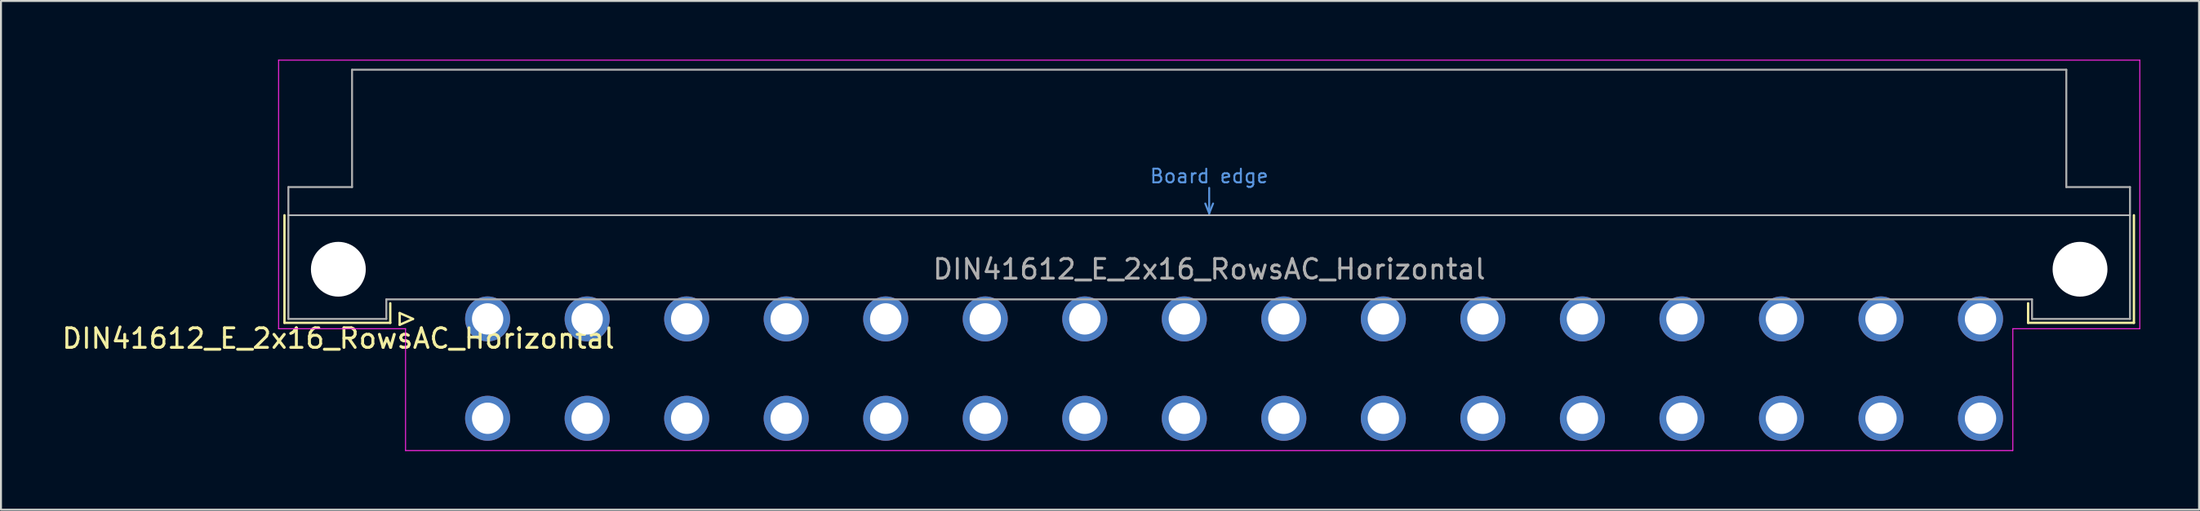
<source format=kicad_pcb>
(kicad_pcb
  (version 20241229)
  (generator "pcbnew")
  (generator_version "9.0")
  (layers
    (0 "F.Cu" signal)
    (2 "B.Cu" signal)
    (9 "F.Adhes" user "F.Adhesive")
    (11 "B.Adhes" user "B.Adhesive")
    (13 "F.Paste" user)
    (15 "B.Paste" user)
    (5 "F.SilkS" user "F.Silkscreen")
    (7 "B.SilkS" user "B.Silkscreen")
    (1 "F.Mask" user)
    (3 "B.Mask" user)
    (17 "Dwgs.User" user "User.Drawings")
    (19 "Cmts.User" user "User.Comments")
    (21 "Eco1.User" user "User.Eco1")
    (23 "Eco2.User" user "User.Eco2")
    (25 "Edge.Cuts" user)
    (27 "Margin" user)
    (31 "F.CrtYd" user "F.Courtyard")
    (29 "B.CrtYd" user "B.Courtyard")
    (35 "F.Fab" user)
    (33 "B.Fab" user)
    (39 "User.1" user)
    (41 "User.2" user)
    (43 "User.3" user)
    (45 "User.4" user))
  (footprint "DIN41612_E_2x16_RowsAC_Horizontal"
    (layer "F.Cu")
    (at 19.3 13.255)
    (property "Reference" "DIN41612_E_2x16_RowsAC_Horizontal" (at -5.08 1 0) (layer "F.SilkS") (effects (font (size 1 1) (thickness 0.15))))
    (attr through_hole)
    (fp_line (start -7.83 -5.3) (end -7.83 0.2) (stroke (width 0.12) (type solid)) (layer "F.SilkS"))
    (fp_line (start -7.83 0.2) (end -2.43 0.2) (stroke (width 0.12) (type solid)) (layer "F.SilkS"))
    (fp_line (start -2.43 0.2) (end -2.43 -0.8) (stroke (width 0.12) (type solid)) (layer "F.SilkS"))
    (fp_line (start -1.95 -0.3) (end -1.95 0.3) (stroke (width 0.12) (type solid)) (layer "F.SilkS"))
    (fp_line (start -1.95 0.3) (end -1.27 0) (stroke (width 0.12) (type solid)) (layer "F.SilkS"))
    (fp_line (start -1.27 0) (end -1.95 -0.3) (stroke (width 0.12) (type solid)) (layer "F.SilkS"))
    (fp_line (start 81.17 0.2) (end 81.17 -0.8) (stroke (width 0.12) (type solid)) (layer "F.SilkS"))
    (fp_line (start 86.57 -5.3) (end 86.57 0.2) (stroke (width 0.12) (type solid)) (layer "F.SilkS"))
    (fp_line (start 86.57 0.2) (end 81.17 0.2) (stroke (width 0.12) (type solid)) (layer "F.SilkS"))
    (fp_line (start -7.63 -5.3) (end 86.37 -5.3) (stroke (width 0.08) (type solid)) (layer "Dwgs.User"))
    (fp_line (start 39.17 -5.9) (end 39.37 -5.4) (stroke (width 0.1) (type solid)) (layer "Cmts.User"))
    (fp_line (start 39.37 -5.4) (end 39.37 -6.7) (stroke (width 0.1) (type solid)) (layer "Cmts.User"))
    (fp_line (start 39.37 -5.4) (end 39.57 -5.9) (stroke (width 0.1) (type solid)) (layer "Cmts.User"))
    (fp_line (start -8.13 -13.23) (end -8.13 0.5) (stroke (width 0.05) (type solid)) (layer "F.CrtYd"))
    (fp_line (start -8.13 0.5) (end -1.65 0.5) (stroke (width 0.05) (type solid)) (layer "F.CrtYd"))
    (fp_line (start -1.65 0.5) (end -1.65 6.73) (stroke (width 0.05) (type solid)) (layer "F.CrtYd"))
    (fp_line (start -1.65 6.73) (end 80.39 6.73) (stroke (width 0.05) (type solid)) (layer "F.CrtYd"))
    (fp_line (start 80.39 0.5) (end 86.87 0.5) (stroke (width 0.05) (type solid)) (layer "F.CrtYd"))
    (fp_line (start 80.39 6.73) (end 80.39 0.5) (stroke (width 0.05) (type solid)) (layer "F.CrtYd"))
    (fp_line (start 86.87 -13.23) (end -8.13 -13.23) (stroke (width 0.05) (type solid)) (layer "F.CrtYd"))
    (fp_line (start 86.87 0.5) (end 86.87 -13.23) (stroke (width 0.05) (type solid)) (layer "F.CrtYd"))
    (fp_line (start -7.63 -6.74) (end -7.63 0) (stroke (width 0.1) (type solid)) (layer "F.Fab"))
    (fp_line (start -7.63 0) (end -2.63 0) (stroke (width 0.1) (type solid)) (layer "F.Fab"))
    (fp_line (start -4.38 -12.74) (end -4.38 -6.74) (stroke (width 0.1) (type solid)) (layer "F.Fab"))
    (fp_line (start -4.38 -6.74) (end -7.63 -6.74) (stroke (width 0.1) (type solid)) (layer "F.Fab"))
    (fp_line (start -2.63 -1) (end 81.37 -1) (stroke (width 0.1) (type solid)) (layer "F.Fab"))
    (fp_line (start -2.63 0) (end -2.63 -1) (stroke (width 0.1) (type solid)) (layer "F.Fab"))
    (fp_line (start 81.37 -1) (end 81.37 0) (stroke (width 0.1) (type solid)) (layer "F.Fab"))
    (fp_line (start 81.37 0) (end 86.37 0) (stroke (width 0.1) (type solid)) (layer "F.Fab"))
    (fp_line (start 83.12 -12.74) (end -4.38 -12.74) (stroke (width 0.1) (type solid)) (layer "F.Fab"))
    (fp_line (start 83.12 -6.74) (end 83.12 -12.74) (stroke (width 0.1) (type solid)) (layer "F.Fab"))
    (fp_line (start 86.37 -6.74) (end 83.12 -6.74) (stroke (width 0.1) (type solid)) (layer "F.Fab"))
    (fp_line (start 86.37 0) (end 86.37 -6.74) (stroke (width 0.1) (type solid)) (layer "F.Fab"))
    (fp_text user "Board edge" (at 39.37 -7.3 0) (layer "Cmts.User") (effects (font (size 0.7 0.7) (thickness 0.1))))
    (fp_text user "${REFERENCE}" (at 39.37 -2.54 0) (layer "F.Fab") (effects (font (size 1 1) (thickness 0.15))))
    (pad "" np_thru_hole circle (at -5.08 -2.54) (size 2.8 2.8) (drill 2.8) (layers "*.Cu" "*.Mask"))
    (pad "" np_thru_hole circle (at 83.82 -2.54) (size 2.8 2.8) (drill 2.8) (layers "*.Cu" "*.Mask"))
    (pad "a2" thru_hole circle (at 2.54 0) (size 2.3 2.3) (drill 1.6) (layers "*.Cu" "*.Mask"))
    (pad "a4" thru_hole circle (at 7.62 0) (size 2.3 2.3) (drill 1.6) (layers "*.Cu" "*.Mask"))
    (pad "a6" thru_hole circle (at 12.7 0) (size 2.3 2.3) (drill 1.6) (layers "*.Cu" "*.Mask"))
    (pad "a8" thru_hole circle (at 17.78 0) (size 2.3 2.3) (drill 1.6) (layers "*.Cu" "*.Mask"))
    (pad "a10" thru_hole circle (at 22.86 0) (size 2.3 2.3) (drill 1.6) (layers "*.Cu" "*.Mask"))
    (pad "a12" thru_hole circle (at 27.94 0) (size 2.3 2.3) (drill 1.6) (layers "*.Cu" "*.Mask"))
    (pad "a14" thru_hole circle (at 33.02 0) (size 2.3 2.3) (drill 1.6) (layers "*.Cu" "*.Mask"))
    (pad "a16" thru_hole circle (at 38.1 0) (size 2.3 2.3) (drill 1.6) (layers "*.Cu" "*.Mask"))
    (pad "a18" thru_hole circle (at 43.18 0) (size 2.3 2.3) (drill 1.6) (layers "*.Cu" "*.Mask"))
    (pad "a20" thru_hole circle (at 48.26 0) (size 2.3 2.3) (drill 1.6) (layers "*.Cu" "*.Mask"))
    (pad "a22" thru_hole circle (at 53.34 0) (size 2.3 2.3) (drill 1.6) (layers "*.Cu" "*.Mask"))
    (pad "a24" thru_hole circle (at 58.42 0) (size 2.3 2.3) (drill 1.6) (layers "*.Cu" "*.Mask"))
    (pad "a26" thru_hole circle (at 63.5 0) (size 2.3 2.3) (drill 1.6) (layers "*.Cu" "*.Mask"))
    (pad "a28" thru_hole circle (at 68.58 0) (size 2.3 2.3) (drill 1.6) (layers "*.Cu" "*.Mask"))
    (pad "a30" thru_hole circle (at 73.66 0) (size 2.3 2.3) (drill 1.6) (layers "*.Cu" "*.Mask"))
    (pad "a32" thru_hole circle (at 78.74 0) (size 2.3 2.3) (drill 1.6) (layers "*.Cu" "*.Mask"))
    (pad "c2" thru_hole circle (at 2.54 5.08) (size 2.3 2.3) (drill 1.6) (layers "*.Cu" "*.Mask"))
    (pad "c4" thru_hole circle (at 7.62 5.08) (size 2.3 2.3) (drill 1.6) (layers "*.Cu" "*.Mask"))
    (pad "c6" thru_hole circle (at 12.7 5.08) (size 2.3 2.3) (drill 1.6) (layers "*.Cu" "*.Mask"))
    (pad "c8" thru_hole circle (at 17.78 5.08) (size 2.3 2.3) (drill 1.6) (layers "*.Cu" "*.Mask"))
    (pad "c10" thru_hole circle (at 22.86 5.08) (size 2.3 2.3) (drill 1.6) (layers "*.Cu" "*.Mask"))
    (pad "c12" thru_hole circle (at 27.94 5.08) (size 2.3 2.3) (drill 1.6) (layers "*.Cu" "*.Mask"))
    (pad "c14" thru_hole circle (at 33.02 5.08) (size 2.3 2.3) (drill 1.6) (layers "*.Cu" "*.Mask"))
    (pad "c16" thru_hole circle (at 38.1 5.08) (size 2.3 2.3) (drill 1.6) (layers "*.Cu" "*.Mask"))
    (pad "c18" thru_hole circle (at 43.18 5.08) (size 2.3 2.3) (drill 1.6) (layers "*.Cu" "*.Mask"))
    (pad "c20" thru_hole circle (at 48.26 5.08) (size 2.3 2.3) (drill 1.6) (layers "*.Cu" "*.Mask"))
    (pad "c22" thru_hole circle (at 53.34 5.08) (size 2.3 2.3) (drill 1.6) (layers "*.Cu" "*.Mask"))
    (pad "c24" thru_hole circle (at 58.42 5.08) (size 2.3 2.3) (drill 1.6) (layers "*.Cu" "*.Mask"))
    (pad "c26" thru_hole circle (at 63.5 5.08) (size 2.3 2.3) (drill 1.6) (layers "*.Cu" "*.Mask"))
    (pad "c28" thru_hole circle (at 68.58 5.08) (size 2.3 2.3) (drill 1.6) (layers "*.Cu" "*.Mask"))
    (pad "c30" thru_hole circle (at 73.66 5.08) (size 2.3 2.3) (drill 1.6) (layers "*.Cu" "*.Mask"))
    (pad "c32" thru_hole circle (at 78.74 5.08) (size 2.3 2.3) (drill 1.6) (layers "*.Cu" "*.Mask")))
  (gr_rect
    (start -3 -3)
    (end 109.195 23.01)
    (stroke (width 0.1) (type default))
    (fill no)
    (layer "Edge.Cuts")))
</source>
